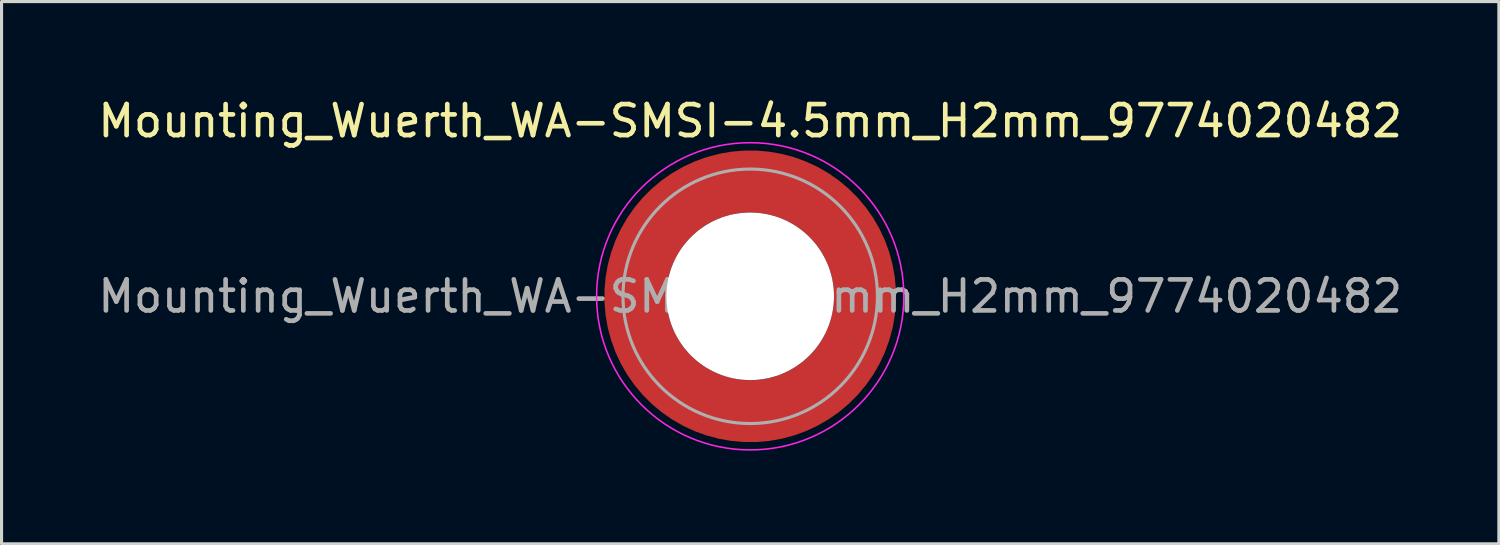
<source format=kicad_pcb>
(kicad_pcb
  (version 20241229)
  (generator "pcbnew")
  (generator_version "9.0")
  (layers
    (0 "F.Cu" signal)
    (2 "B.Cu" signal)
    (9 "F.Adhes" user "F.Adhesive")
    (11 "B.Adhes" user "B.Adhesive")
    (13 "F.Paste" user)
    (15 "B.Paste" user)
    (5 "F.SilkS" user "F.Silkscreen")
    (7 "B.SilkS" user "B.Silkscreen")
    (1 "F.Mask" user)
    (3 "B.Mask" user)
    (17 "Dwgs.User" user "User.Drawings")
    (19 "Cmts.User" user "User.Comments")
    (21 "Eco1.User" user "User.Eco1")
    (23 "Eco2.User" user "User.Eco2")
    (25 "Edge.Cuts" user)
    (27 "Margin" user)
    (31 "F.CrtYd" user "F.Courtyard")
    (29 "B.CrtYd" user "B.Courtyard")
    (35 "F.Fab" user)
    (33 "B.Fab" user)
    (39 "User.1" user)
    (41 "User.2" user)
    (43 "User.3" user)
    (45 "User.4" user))
  (footprint "Mounting_Wuerth_WA-SMSI-4.5mm_H2mm_9774020482"
    (layer "F.Cu")
    (at 21.125 6.498)
    (property "Reference" "Mounting_Wuerth_WA-SMSI-4.5mm_H2mm_9774020482" (at 0 -5.65 0) (layer "F.SilkS") (effects (font (size 1 1) (thickness 0.15))))
    (attr smd)
    (fp_circle (center 0 0) (end 4.95 0) (stroke (width 0.05) (type solid)) (fill no) (layer "F.CrtYd"))
    (fp_circle (center 0 0) (end 4.1 0) (stroke (width 0.1) (type solid)) (fill no) (layer "F.Fab"))
    (fp_text user "${REFERENCE}" (at 0 0 0) (layer "F.Fab") (effects (font (size 1 1) (thickness 0.15))))
    (pad "" smd custom (at -2.607 -2.607) (size 1.495 1.495) (layers "F.Paste") (options (anchor circle)) (primitives (gr_arc (start -0.188183 2.107456) (mid 0.599273 0.599273) (end 2.107456 -0.188183) (width 0.2)) (gr_arc (start -0.289416 2.107456) (mid 0.52877 0.52877) (end 2.107456 -0.289416) (width 0.2)) (gr_arc (start -0.390547 2.107456) (mid 0.458268 0.458268) (end 2.107456 -0.390547) (width 0.2)) (gr_arc (start -0.491585 2.107456) (mid 0.387765 0.387765) (end 2.107456 -0.491585) (width 0.2)) (gr_arc (start -0.59254 2.107456) (mid 0.317262 0.317262) (end 2.107456 -0.59254) (width 0.2)) (gr_arc (start -0.693419 2.107456) (mid 0.24676 0.24676) (end 2.107456 -0.693419) (width 0.2)) (gr_arc (start -0.794229 2.107456) (mid 0.176257 0.176257) (end 2.107456 -0.794229) (width 0.2)) (gr_arc (start -0.894975 2.107456) (mid 0.105754 0.105754) (end 2.107456 -0.894975) (width 0.2)) (gr_arc (start -0.995664 2.107456) (mid 0.035251 0.035251) (end 2.107456 -0.995664) (width 0.2)) (gr_arc (start -1.0963 2.107456) (mid -0.035252 -0.035252) (end 2.107456 -1.0963) (width 0.2)) (gr_arc (start -1.196886 2.107456) (mid -0.105754 -0.105754) (end 2.107456 -1.196886) (width 0.2)) (gr_arc (start -1.297427 2.107456) (mid -0.176257 -0.176257) (end 2.107456 -1.297427) (width 0.2)) (gr_arc (start -1.397927 2.107456) (mid -0.24676 -0.24676) (end 2.107456 -1.397927) (width 0.2)) (gr_arc (start -1.498388 2.107456) (mid -0.317262 -0.317262) (end 2.107456 -1.498388) (width 0.2)) (gr_arc (start -1.598813 2.107456) (mid -0.387765 -0.387765) (end 2.107456 -1.598813) (width 0.2)) (gr_arc (start -1.699204 2.107456) (mid -0.458267 -0.458267) (end 2.107456 -1.699204) (width 0.2)) (gr_arc (start -1.799565 2.107456) (mid -0.528771 -0.528771) (end 2.107456 -1.799565) (width 0.2)) (gr_arc (start -1.899896 2.107456) (mid -0.599273 -0.599273) (end 2.107456 -1.899896) (width 0.2)) (gr_arc (start -1.899896 2.107456) (mid -0.599273 -0.599273) (end 2.107456 -1.899896) (width 0.2)) (gr_line (start 2.107 -0.188) (end 2.107 -1.9) (width 0.2)) (gr_line (start -0.188 2.107) (end -1.9 2.107) (width 0.2))))
    (pad "" smd custom (at -2.607 2.607) (size 1.495 1.495) (layers "F.Paste") (options (anchor circle)) (primitives (gr_arc (start 2.107456 0.188183) (mid 0.599273 -0.599273) (end -0.188183 -2.107456) (width 0.2)) (gr_arc (start 2.107456 0.289416) (mid 0.52877 -0.52877) (end -0.289416 -2.107456) (width 0.2)) (gr_arc (start 2.107456 0.390547) (mid 0.458268 -0.458268) (end -0.390547 -2.107456) (width 0.2)) (gr_arc (start 2.107456 0.491585) (mid 0.387765 -0.387765) (end -0.491585 -2.107456) (width 0.2)) (gr_arc (start 2.107456 0.59254) (mid 0.317262 -0.317262) (end -0.59254 -2.107456) (width 0.2)) (gr_arc (start 2.107456 0.693419) (mid 0.24676 -0.24676) (end -0.693419 -2.107456) (width 0.2)) (gr_arc (start 2.107456 0.794229) (mid 0.176257 -0.176257) (end -0.794229 -2.107456) (width 0.2)) (gr_arc (start 2.107456 0.894975) (mid 0.105754 -0.105754) (end -0.894975 -2.107456) (width 0.2)) (gr_arc (start 2.107456 0.995664) (mid 0.035251 -0.035251) (end -0.995664 -2.107456) (width 0.2)) (gr_arc (start 2.107456 1.0963) (mid -0.035252 0.035252) (end -1.0963 -2.107456) (width 0.2)) (gr_arc (start 2.107456 1.196886) (mid -0.105754 0.105754) (end -1.196886 -2.107456) (width 0.2)) (gr_arc (start 2.107456 1.297427) (mid -0.176257 0.176257) (end -1.297427 -2.107456) (width 0.2)) (gr_arc (start 2.107456 1.397927) (mid -0.24676 0.24676) (end -1.397927 -2.107456) (width 0.2)) (gr_arc (start 2.107456 1.498388) (mid -0.317262 0.317262) (end -1.498388 -2.107456) (width 0.2)) (gr_arc (start 2.107456 1.598813) (mid -0.387765 0.387765) (end -1.598813 -2.107456) (width 0.2)) (gr_arc (start 2.107456 1.699204) (mid -0.458267 0.458267) (end -1.699204 -2.107456) (width 0.2)) (gr_arc (start 2.107456 1.799565) (mid -0.528771 0.528771) (end -1.799565 -2.107456) (width 0.2)) (gr_arc (start 2.107456 1.899896) (mid -0.599273 0.599273) (end -1.899896 -2.107456) (width 0.2)) (gr_arc (start 2.107456 1.899896) (mid -0.599273 0.599273) (end -1.899896 -2.107456) (width 0.2)) (gr_line (start -0.188 -2.107) (end -1.9 -2.107) (width 0.2)) (gr_line (start 2.107 0.188) (end 2.107 1.9) (width 0.2))))
    (pad "" np_thru_hole circle (at 0 0) (size 5.4 5.4) (drill 5.4) (layers "*.Cu" "*.Mask"))
    (pad "" smd custom (at 2.607 -2.607) (size 1.495 1.495) (layers "F.Paste") (options (anchor circle)) (primitives (gr_arc (start -2.107456 -0.188183) (mid -0.599273 0.599273) (end 0.188183 2.107456) (width 0.2)) (gr_arc (start -2.107456 -0.289416) (mid -0.52877 0.52877) (end 0.289416 2.107456) (width 0.2)) (gr_arc (start -2.107456 -0.390547) (mid -0.458268 0.458268) (end 0.390547 2.107456) (width 0.2)) (gr_arc (start -2.107456 -0.491585) (mid -0.387765 0.387765) (end 0.491585 2.107456) (width 0.2)) (gr_arc (start -2.107456 -0.59254) (mid -0.317262 0.317262) (end 0.59254 2.107456) (width 0.2)) (gr_arc (start -2.107456 -0.693419) (mid -0.24676 0.24676) (end 0.693419 2.107456) (width 0.2)) (gr_arc (start -2.107456 -0.794229) (mid -0.176257 0.176257) (end 0.794229 2.107456) (width 0.2)) (gr_arc (start -2.107456 -0.894975) (mid -0.105754 0.105754) (end 0.894975 2.107456) (width 0.2)) (gr_arc (start -2.107456 -0.995664) (mid -0.035251 0.035251) (end 0.995664 2.107456) (width 0.2)) (gr_arc (start -2.107456 -1.0963) (mid 0.035252 -0.035252) (end 1.0963 2.107456) (width 0.2)) (gr_arc (start -2.107456 -1.196886) (mid 0.105754 -0.105754) (end 1.196886 2.107456) (width 0.2)) (gr_arc (start -2.107456 -1.297427) (mid 0.176257 -0.176257) (end 1.297427 2.107456) (width 0.2)) (gr_arc (start -2.107456 -1.397927) (mid 0.24676 -0.24676) (end 1.397927 2.107456) (width 0.2)) (gr_arc (start -2.107456 -1.498388) (mid 0.317262 -0.317262) (end 1.498388 2.107456) (width 0.2)) (gr_arc (start -2.107456 -1.598813) (mid 0.387765 -0.387765) (end 1.598813 2.107456) (width 0.2)) (gr_arc (start -2.107456 -1.699204) (mid 0.458267 -0.458267) (end 1.699204 2.107456) (width 0.2)) (gr_arc (start -2.107456 -1.799565) (mid 0.528771 -0.528771) (end 1.799565 2.107456) (width 0.2)) (gr_arc (start -2.107456 -1.899896) (mid 0.599273 -0.599273) (end 1.899896 2.107456) (width 0.2)) (gr_arc (start -2.107456 -1.899896) (mid 0.599273 -0.599273) (end 1.899896 2.107456) (width 0.2)) (gr_line (start 0.188 2.107) (end 1.9 2.107) (width 0.2)) (gr_line (start -2.107 -0.188) (end -2.107 -1.9) (width 0.2))))
    (pad "" smd custom (at 2.607 2.607) (size 1.495 1.495) (layers "F.Paste") (options (anchor circle)) (primitives (gr_arc (start 0.188183 -2.107456) (mid -0.599273 -0.599273) (end -2.107456 0.188183) (width 0.2)) (gr_arc (start 0.289416 -2.107456) (mid -0.52877 -0.52877) (end -2.107456 0.289416) (width 0.2)) (gr_arc (start 0.390547 -2.107456) (mid -0.458268 -0.458268) (end -2.107456 0.390547) (width 0.2)) (gr_arc (start 0.491585 -2.107456) (mid -0.387765 -0.387765) (end -2.107456 0.491585) (width 0.2)) (gr_arc (start 0.59254 -2.107456) (mid -0.317262 -0.317262) (end -2.107456 0.59254) (width 0.2)) (gr_arc (start 0.693419 -2.107456) (mid -0.24676 -0.24676) (end -2.107456 0.693419) (width 0.2)) (gr_arc (start 0.794229 -2.107456) (mid -0.176257 -0.176257) (end -2.107456 0.794229) (width 0.2)) (gr_arc (start 0.894975 -2.107456) (mid -0.105754 -0.105754) (end -2.107456 0.894975) (width 0.2)) (gr_arc (start 0.995664 -2.107456) (mid -0.035251 -0.035251) (end -2.107456 0.995664) (width 0.2)) (gr_arc (start 1.0963 -2.107456) (mid 0.035252 0.035252) (end -2.107456 1.0963) (width 0.2)) (gr_arc (start 1.196886 -2.107456) (mid 0.105754 0.105754) (end -2.107456 1.196886) (width 0.2)) (gr_arc (start 1.297427 -2.107456) (mid 0.176257 0.176257) (end -2.107456 1.297427) (width 0.2)) (gr_arc (start 1.397927 -2.107456) (mid 0.24676 0.24676) (end -2.107456 1.397927) (width 0.2)) (gr_arc (start 1.498388 -2.107456) (mid 0.317262 0.317262) (end -2.107456 1.498388) (width 0.2)) (gr_arc (start 1.598813 -2.107456) (mid 0.387765 0.387765) (end -2.107456 1.598813) (width 0.2)) (gr_arc (start 1.699204 -2.107456) (mid 0.458267 0.458267) (end -2.107456 1.699204) (width 0.2)) (gr_arc (start 1.799565 -2.107456) (mid 0.528771 0.528771) (end -2.107456 1.799565) (width 0.2)) (gr_arc (start 1.899896 -2.107456) (mid 0.599273 0.599273) (end -2.107456 1.899896) (width 0.2)) (gr_arc (start 1.899896 -2.107456) (mid 0.599273 0.599273) (end -2.107456 1.899896) (width 0.2)) (gr_line (start -2.107 0.188) (end -2.107 1.9) (width 0.2)) (gr_line (start 0.188 -2.107) (end 1.9 -2.107) (width 0.2))))
    (pad "1" smd circle (at -3.7 0) (size 1.6 1.6) (layers "F.Cu"))
    (pad "1" smd circle (at 0 -3.7) (size 1.6 1.6) (layers "F.Cu"))
    (pad "1" smd circle (at 0 3.7) (size 1.6 1.6) (layers "F.Cu"))
    (pad "1" smd custom (at 3.7 0) (size 1.6 1.6) (layers "F.Cu" "F.Mask") (options (anchor circle)) (primitives (gr_circle (center -3.7 0) (end 0 0) (width 2) (fill no)))))
  (gr_rect
    (start -3 -3)
    (end 45.25 14.473)
    (stroke (width 0.1) (type default))
    (fill no)
    (layer "Edge.Cuts")))
</source>
